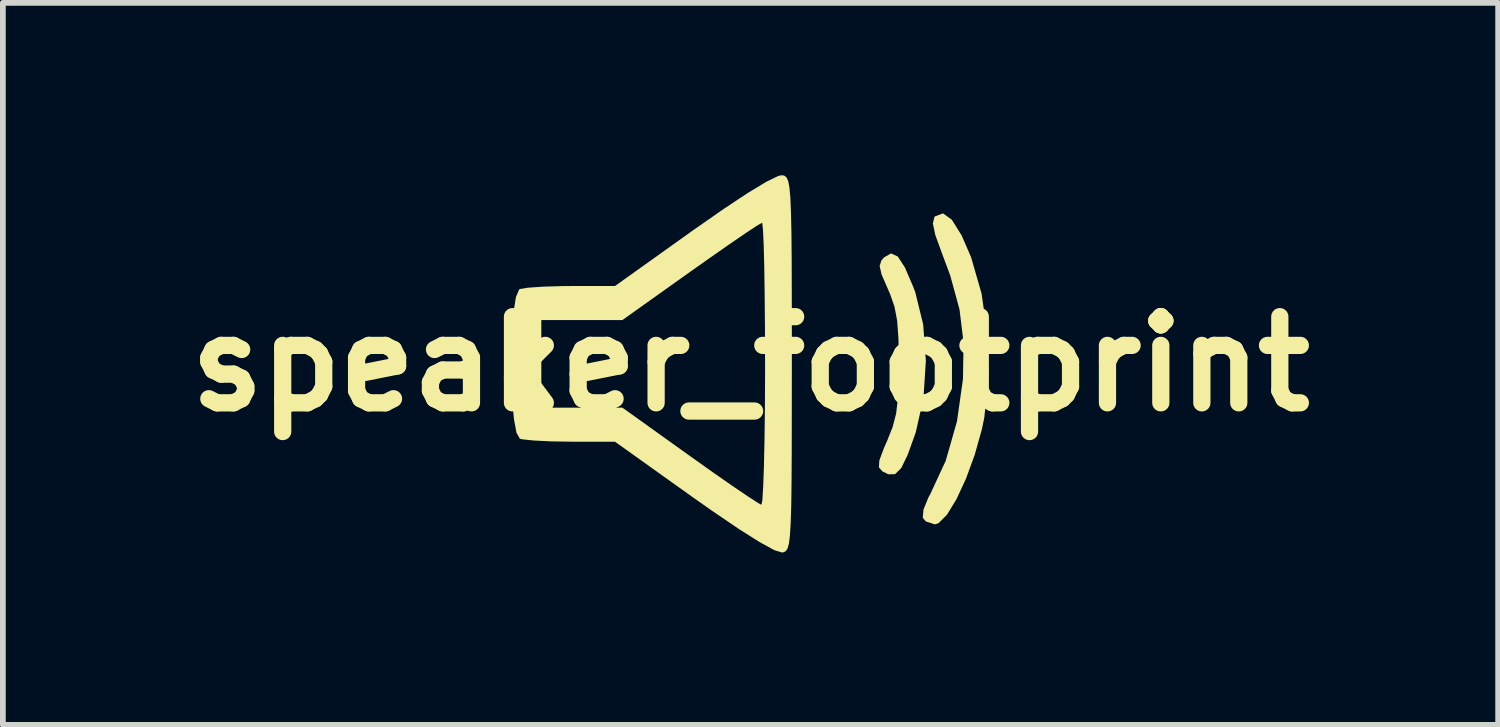
<source format=kicad_pcb>
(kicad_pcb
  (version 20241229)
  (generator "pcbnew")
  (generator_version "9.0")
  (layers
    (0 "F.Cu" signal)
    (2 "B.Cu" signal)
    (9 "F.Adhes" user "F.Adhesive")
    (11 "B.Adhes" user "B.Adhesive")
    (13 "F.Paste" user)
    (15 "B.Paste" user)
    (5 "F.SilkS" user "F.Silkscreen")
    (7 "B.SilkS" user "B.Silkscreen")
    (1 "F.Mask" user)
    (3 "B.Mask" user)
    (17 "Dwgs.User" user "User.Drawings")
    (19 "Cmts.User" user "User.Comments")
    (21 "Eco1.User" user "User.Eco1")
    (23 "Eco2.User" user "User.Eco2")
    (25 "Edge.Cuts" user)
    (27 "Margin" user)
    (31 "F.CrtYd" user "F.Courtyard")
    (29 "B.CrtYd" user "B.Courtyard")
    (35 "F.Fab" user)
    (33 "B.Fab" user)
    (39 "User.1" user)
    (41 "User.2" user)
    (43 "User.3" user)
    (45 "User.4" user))
  (footprint "speaker_footprint"
    (layer "F.Cu")
    (at 10.014 3.284)
    (property "Reference" "speaker_footprint" (at 0 0 0) (layer "F.SilkS") (effects (font (size 1.5 1.5) (thickness 0.3))))
    (attr board_only exclude_from_pos_files exclude_from_bom)
    (fp_poly (pts (xy 3.505 -2.509) (xy 3.676 -2.235) (xy 3.841 -1.854) (xy 4.023 -1.222) (xy 4.124 -0.503) (xy 4.141 0.238) (xy 4.07 0.936) (xy 4.029 1.134) (xy 3.904 1.581) (xy 3.751 1.999) (xy 3.585 2.357) (xy 3.421 2.625) (xy 3.273 2.774) (xy 3.21 2.794) (xy 3.052 2.743) (xy 2.999 2.679) (xy 3.011 2.538) (xy 3.095 2.33) (xy 3.128 2.271) (xy 3.399 1.686) (xy 3.595 0.999) (xy 3.698 0.269) (xy 3.699 0.253) (xy 3.709 -0.373) (xy 3.639 -0.946) (xy 3.478 -1.535) (xy 3.334 -1.923) (xy 3.217 -2.244) (xy 3.175 -2.445) (xy 3.202 -2.557) (xy 3.211 -2.567) (xy 3.351 -2.62)) (stroke (width 0) (type solid)) (fill yes) (layer "F.SilkS"))
    (fp_poly (pts (xy 2.564 -1.869) (xy 2.689 -1.677) (xy 2.835 -1.336) (xy 2.869 -1.246) (xy 3.006 -0.687) (xy 3.053 -0.052) (xy 3.011 0.595) (xy 2.878 1.188) (xy 2.871 1.209) (xy 2.736 1.584) (xy 2.624 1.814) (xy 2.517 1.92) (xy 2.398 1.922) (xy 2.293 1.869) (xy 2.236 1.801) (xy 2.243 1.681) (xy 2.322 1.469) (xy 2.378 1.341) (xy 2.474 1.101) (xy 2.535 0.867) (xy 2.568 0.588) (xy 2.581 0.214) (xy 2.582 0) (xy 2.576 -0.437) (xy 2.553 -0.753) (xy 2.506 -0.998) (xy 2.428 -1.221) (xy 2.39 -1.307) (xy 2.282 -1.556) (xy 2.248 -1.704) (xy 2.28 -1.802) (xy 2.326 -1.854) (xy 2.447 -1.923)) (stroke (width 0) (type solid)) (fill yes) (layer "F.SilkS"))
    (fp_poly (pts (xy 0.593 -3.274) (xy 0.628 -3.245) (xy 0.656 -3.183) (xy 0.678 -3.071) (xy 0.694 -2.894) (xy 0.705 -2.635) (xy 0.713 -2.28) (xy 0.717 -1.811) (xy 0.719 -1.213) (xy 0.72 -0.47) (xy 0.72 0) (xy 0.719 0.828) (xy 0.718 1.503) (xy 0.715 2.04) (xy 0.71 2.455) (xy 0.7 2.765) (xy 0.687 2.984) (xy 0.669 3.13) (xy 0.644 3.217) (xy 0.613 3.261) (xy 0.574 3.28) (xy 0.55 3.284) (xy 0.416 3.243) (xy 0.16 3.103) (xy -0.206 2.872) (xy -0.671 2.556) (xy -0.99 2.332) (xy -2.359 1.355) (xy -3.12 1.355) (xy -3.476 1.349) (xy -3.776 1.334) (xy -3.974 1.313) (xy -4.015 1.303) (xy -4.073 1.2) (xy -4.117 0.965) (xy -4.136 0.762) (xy -3.641 0.762) (xy -2.935 0.762) (xy -2.23 0.762) (xy -1.051 1.606) (xy -0.661 1.883) (xy -0.318 2.122) (xy -0.045 2.307) (xy 0.133 2.422) (xy 0.191 2.453) (xy 0.207 2.372) (xy 0.221 2.143) (xy 0.234 1.787) (xy 0.244 1.325) (xy 0.251 0.777) (xy 0.254 0.166) (xy 0.254 0) (xy 0.252 -0.625) (xy 0.247 -1.192) (xy 0.24 -1.678) (xy 0.23 -2.064) (xy 0.218 -2.329) (xy 0.205 -2.45) (xy 0.201 -2.455) (xy 0.118 -2.409) (xy -0.079 -2.279) (xy -0.366 -2.083) (xy -0.721 -1.835) (xy -1.041 -1.609) (xy -2.231 -0.762) (xy -2.936 -0.762) (xy -3.641 -0.762) (xy -3.641 0) (xy -3.641 0.762) (xy -4.136 0.762) (xy -4.147 0.634) (xy -4.163 0.245) (xy -4.164 -0.167) (xy -4.151 -0.563) (xy -4.124 -0.908) (xy -4.083 -1.164) (xy -4.027 -1.295) (xy -4.015 -1.303) (xy -3.873 -1.326) (xy -3.61 -1.344) (xy -3.271 -1.354) (xy -3.12 -1.355) (xy -2.359 -1.355) (xy -0.99 -2.332) (xy -0.471 -2.694) (xy -0.045 -2.976) (xy 0.278 -3.171) (xy 0.485 -3.272) (xy 0.55 -3.284)) (stroke (width 0) (type solid)) (fill yes) (layer "F.SilkS")))
  (gr_rect
    (start -3 -3)
    (end 23.029 9.568)
    (stroke (width 0.1) (type default))
    (fill no)
    (layer "Edge.Cuts")))
</source>
